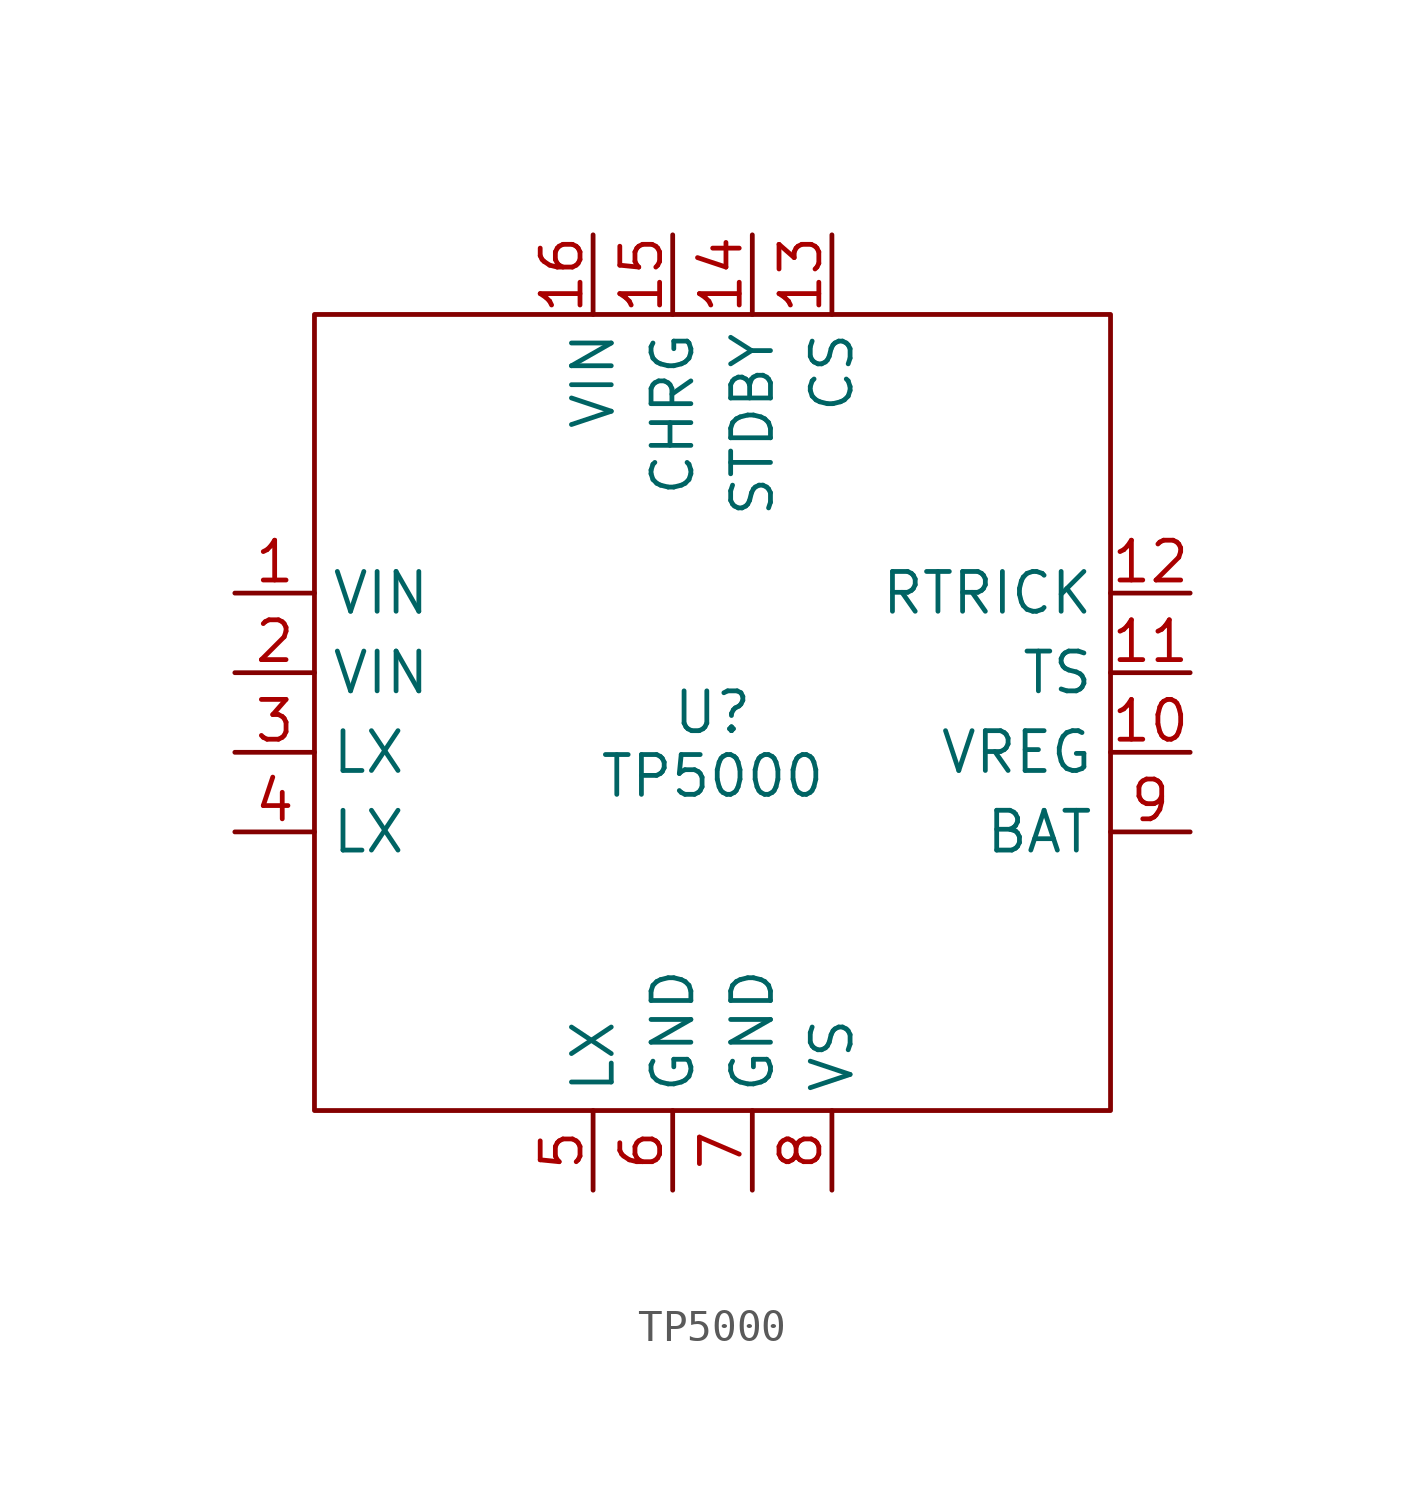
<source format=kicad_sym>
(kicad_symbol_lib
  (version 20231120)
  (generator "kicad_symbol_editor")
  (generator_version "8.0")
  (symbol "TP5000"
    (property "Reference" "U"
      (at 0 0 0)
      (effects (font (size 1.27 1.27))))
    (property "Value" "TP5000"
      (at 0 -2.032 0)
      (effects (font (size 1.27 1.27))))
    (symbol "TP5000_0_1"
      (rectangle (start -12.7 12.7) (end 12.7 -12.7) (stroke (width 0) (type default)) (fill (type none))))
    (symbol "TP5000_1_1"
      (pin power_in line (at -15.24 3.81 0) (length 2.54) (name "VIN" (effects (font (size 1.27 1.27)))) (number "1" (effects (font (size 1.27 1.27)))))
      (pin bidirectional line (at 15.24 -1.27 180) (length 2.54) (name "VREG" (effects (font (size 1.27 1.27)))) (number "10" (effects (font (size 1.27 1.27)))))
      (pin bidirectional line (at 15.24 1.27 180) (length 2.54) (name "TS" (effects (font (size 1.27 1.27)))) (number "11" (effects (font (size 1.27 1.27)))))
      (pin bidirectional line (at 15.24 3.81 180) (length 2.54) (name "RTRICK" (effects (font (size 1.27 1.27)))) (number "12" (effects (font (size 1.27 1.27)))))
      (pin bidirectional line (at 3.81 15.24 270) (length 2.54) (name "CS" (effects (font (size 1.27 1.27)))) (number "13" (effects (font (size 1.27 1.27)))))
      (pin bidirectional line (at 1.27 15.24 270) (length 2.54) (name "STDBY" (effects (font (size 1.27 1.27)))) (number "14" (effects (font (size 1.27 1.27)))))
      (pin bidirectional line (at -1.27 15.24 270) (length 2.54) (name "CHRG" (effects (font (size 1.27 1.27)))) (number "15" (effects (font (size 1.27 1.27)))))
      (pin power_in line (at -3.81 15.24 270) (length 2.54) (name "VIN" (effects (font (size 1.27 1.27)))) (number "16" (effects (font (size 1.27 1.27)))))
      (pin power_in line (at -15.24 1.27 0) (length 2.54) (name "VIN" (effects (font (size 1.27 1.27)))) (number "2" (effects (font (size 1.27 1.27)))))
      (pin output line (at -15.24 -1.27 0) (length 2.54) (name "LX" (effects (font (size 1.27 1.27)))) (number "3" (effects (font (size 1.27 1.27)))))
      (pin output line (at -15.24 -3.81 0) (length 2.54) (name "LX" (effects (font (size 1.27 1.27)))) (number "4" (effects (font (size 1.27 1.27)))))
      (pin output line (at -3.81 -15.24 90) (length 2.54) (name "LX" (effects (font (size 1.27 1.27)))) (number "5" (effects (font (size 1.27 1.27)))))
      (pin power_in line (at -1.27 -15.24 90) (length 2.54) (name "GND" (effects (font (size 1.27 1.27)))) (number "6" (effects (font (size 1.27 1.27)))))
      (pin power_in line (at 1.27 -15.24 90) (length 2.54) (name "GND" (effects (font (size 1.27 1.27)))) (number "7" (effects (font (size 1.27 1.27)))))
      (pin bidirectional line (at 3.81 -15.24 90) (length 2.54) (name "VS" (effects (font (size 1.27 1.27)))) (number "8" (effects (font (size 1.27 1.27)))))
      (pin bidirectional line (at 15.24 -3.81 180) (length 2.54) (name "BAT" (effects (font (size 1.27 1.27)))) (number "9" (effects (font (size 1.27 1.27))))))))
</source>
